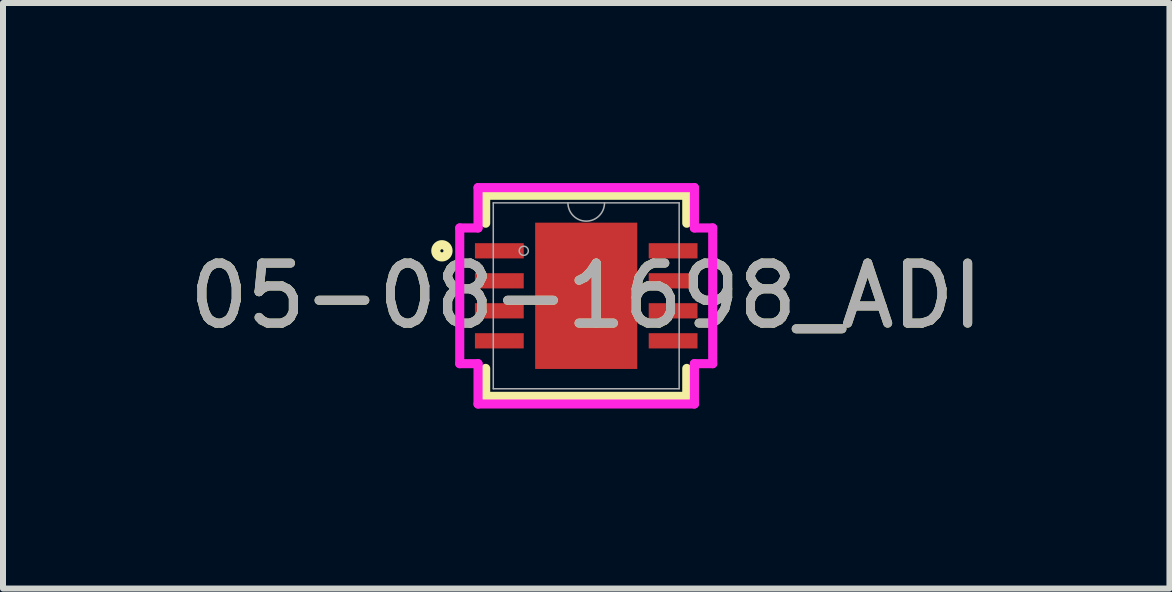
<source format=kicad_pcb>
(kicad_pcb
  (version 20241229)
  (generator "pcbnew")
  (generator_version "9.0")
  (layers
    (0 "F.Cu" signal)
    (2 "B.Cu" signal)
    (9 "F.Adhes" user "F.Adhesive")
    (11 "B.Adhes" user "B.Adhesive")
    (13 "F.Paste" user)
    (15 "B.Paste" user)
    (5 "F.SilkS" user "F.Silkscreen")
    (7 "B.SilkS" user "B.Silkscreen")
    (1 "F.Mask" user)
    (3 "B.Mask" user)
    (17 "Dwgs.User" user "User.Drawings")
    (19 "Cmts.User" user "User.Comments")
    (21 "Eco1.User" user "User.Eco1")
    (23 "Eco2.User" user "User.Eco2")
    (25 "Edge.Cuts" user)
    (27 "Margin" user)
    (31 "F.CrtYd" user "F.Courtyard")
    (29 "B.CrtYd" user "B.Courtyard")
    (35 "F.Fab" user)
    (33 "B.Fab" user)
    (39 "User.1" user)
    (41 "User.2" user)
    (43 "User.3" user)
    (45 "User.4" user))
  (footprint "05-08-1698_ADI"
    (layer "F.Cu")
    (at 6.72 1.88)
    (property "Reference" "05-08-1698_ADI" (at 0 0 0) (unlocked yes) (layer "F.SilkS") (effects (font (size 1 1) (thickness 0.15))))
    (attr smd)
    (fp_line (start -1.676 -1.676) (end -1.676 -1.21) (stroke (width 0.152) (type solid)) (layer "F.SilkS"))
    (fp_line (start -1.676 1.21) (end -1.676 1.676) (stroke (width 0.152) (type solid)) (layer "F.SilkS"))
    (fp_line (start -1.676 1.676) (end 1.676 1.676) (stroke (width 0.152) (type solid)) (layer "F.SilkS"))
    (fp_line (start 1.676 -1.676) (end -1.676 -1.676) (stroke (width 0.152) (type solid)) (layer "F.SilkS"))
    (fp_line (start 1.676 -1.21) (end 1.676 -1.676) (stroke (width 0.152) (type solid)) (layer "F.SilkS"))
    (fp_line (start 1.676 1.676) (end 1.676 1.21) (stroke (width 0.152) (type solid)) (layer "F.SilkS"))
    (fp_circle (center -2.405 -0.75) (end -2.303 -0.75) (stroke (width 0.152) (type solid)) (fill no) (layer "F.SilkS"))
    (fp_line (start -2.108 -1.131) (end -1.803 -1.131) (stroke (width 0.152) (type solid)) (layer "F.CrtYd"))
    (fp_line (start -2.108 1.131) (end -2.108 -1.131) (stroke (width 0.152) (type solid)) (layer "F.CrtYd"))
    (fp_line (start -2.108 1.131) (end -1.803 1.131) (stroke (width 0.152) (type solid)) (layer "F.CrtYd"))
    (fp_line (start -1.803 -1.803) (end 1.803 -1.803) (stroke (width 0.152) (type solid)) (layer "F.CrtYd"))
    (fp_line (start -1.803 -1.131) (end -1.803 -1.803) (stroke (width 0.152) (type solid)) (layer "F.CrtYd"))
    (fp_line (start -1.803 1.803) (end -1.803 1.131) (stroke (width 0.152) (type solid)) (layer "F.CrtYd"))
    (fp_line (start 1.803 -1.803) (end 1.803 -1.131) (stroke (width 0.152) (type solid)) (layer "F.CrtYd"))
    (fp_line (start 1.803 1.131) (end 1.803 1.803) (stroke (width 0.152) (type solid)) (layer "F.CrtYd"))
    (fp_line (start 1.803 1.803) (end -1.803 1.803) (stroke (width 0.152) (type solid)) (layer "F.CrtYd"))
    (fp_line (start 2.108 -1.131) (end 1.803 -1.131) (stroke (width 0.152) (type solid)) (layer "F.CrtYd"))
    (fp_line (start 2.108 -1.131) (end 2.108 1.131) (stroke (width 0.152) (type solid)) (layer "F.CrtYd"))
    (fp_line (start 2.108 1.131) (end 1.803 1.131) (stroke (width 0.152) (type solid)) (layer "F.CrtYd"))
    (fp_line (start -1.549 -1.549) (end -1.549 1.549) (stroke (width 0.025) (type solid)) (layer "F.Fab"))
    (fp_line (start -1.549 1.549) (end 1.549 1.549) (stroke (width 0.025) (type solid)) (layer "F.Fab"))
    (fp_line (start 1.549 -1.549) (end -1.549 -1.549) (stroke (width 0.025) (type solid)) (layer "F.Fab"))
    (fp_line (start 1.549 1.549) (end 1.549 -1.549) (stroke (width 0.025) (type solid)) (layer "F.Fab"))
    (fp_arc (start 0.3048 -1.5494) (mid 0 -1.2446) (end -0.3048 -1.5494) (stroke (width 0.0254) (type solid)) (layer "F.Fab"))
    (fp_circle (center -1.041 -0.75) (end -0.965 -0.75) (stroke (width 0.025) (type solid)) (fill no) (layer "F.Fab"))
    (fp_text user "${REFERENCE}" (at 0 0 0) (unlocked yes) (layer "F.Fab") (effects (font (size 1 1) (thickness 0.15))))
    (pad "1" smd rect (at -1.448 -0.75) (size 0.813 0.254) (layers "F.Cu" "F.Mask" "F.Paste"))
    (pad "2" smd rect (at -1.448 -0.25) (size 0.813 0.254) (layers "F.Cu" "F.Mask" "F.Paste"))
    (pad "3" smd rect (at -1.448 0.25) (size 0.813 0.254) (layers "F.Cu" "F.Mask" "F.Paste"))
    (pad "4" smd rect (at -1.448 0.75) (size 0.813 0.254) (layers "F.Cu" "F.Mask" "F.Paste"))
    (pad "5" smd rect (at 1.448 0.75) (size 0.813 0.254) (layers "F.Cu" "F.Mask" "F.Paste"))
    (pad "6" smd rect (at 1.448 0.25) (size 0.813 0.254) (layers "F.Cu" "F.Mask" "F.Paste"))
    (pad "7" smd rect (at 1.448 -0.25) (size 0.813 0.254) (layers "F.Cu" "F.Mask" "F.Paste"))
    (pad "8" smd rect (at 1.448 -0.75) (size 0.813 0.254) (layers "F.Cu" "F.Mask" "F.Paste"))
    (pad "9" smd rect (at 0 0) (size 1.702 2.438) (layers "F.Cu" "F.Mask" "F.Paste")))
  (gr_rect
    (start -3 -3)
    (end 16.44 6.759)
    (stroke (width 0.1) (type default))
    (fill no)
    (layer "Edge.Cuts")))
</source>
